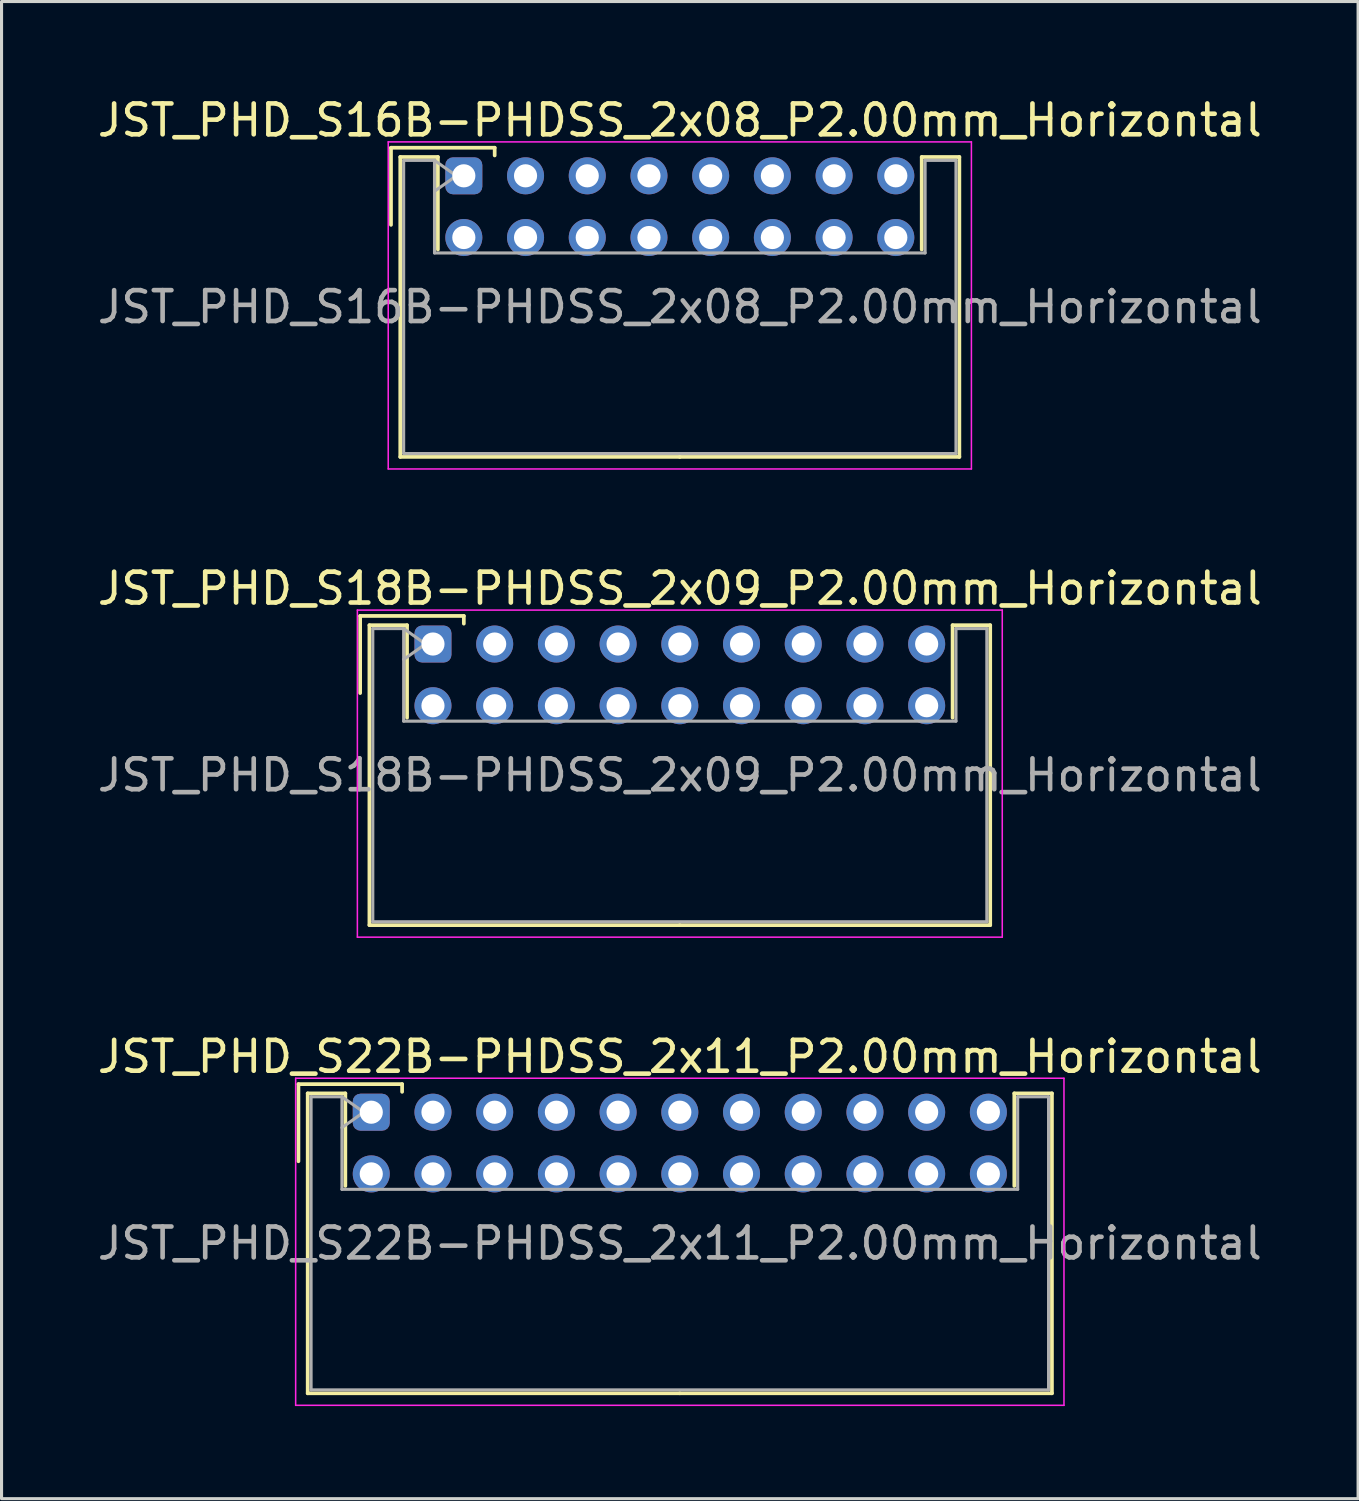
<source format=kicad_pcb>
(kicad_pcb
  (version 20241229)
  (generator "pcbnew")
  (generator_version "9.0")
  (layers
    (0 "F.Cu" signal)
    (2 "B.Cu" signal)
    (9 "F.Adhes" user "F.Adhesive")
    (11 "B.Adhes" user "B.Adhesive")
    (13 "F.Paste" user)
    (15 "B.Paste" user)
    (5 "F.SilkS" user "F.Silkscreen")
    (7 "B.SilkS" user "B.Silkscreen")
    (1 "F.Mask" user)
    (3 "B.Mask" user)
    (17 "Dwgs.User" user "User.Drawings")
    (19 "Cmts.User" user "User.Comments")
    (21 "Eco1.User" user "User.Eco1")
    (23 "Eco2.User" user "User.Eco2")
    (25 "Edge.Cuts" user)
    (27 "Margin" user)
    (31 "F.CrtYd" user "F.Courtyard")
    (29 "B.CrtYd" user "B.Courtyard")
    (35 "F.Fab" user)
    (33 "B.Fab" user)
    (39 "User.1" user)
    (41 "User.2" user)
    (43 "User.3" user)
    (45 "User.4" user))
  (footprint "JST_PHD_S22B-PHDSS_2x11_P2.00mm_Horizontal"
    (layer "F.Cu")
    (at 8.982 32.995)
    (property "Reference" "JST_PHD_S22B-PHDSS_2x11_P2.00mm_Horizontal" (at 10 -1.8 0) (layer "F.SilkS") (effects (font (size 1 1) (thickness 0.15))))
    (attr through_hole)
    (fp_line (start -2.36 -0.91) (end -2.36 1.59) (stroke (width 0.12) (type solid)) (layer "F.SilkS"))
    (fp_line (start -2.06 -0.61) (end -2.06 9.11) (stroke (width 0.12) (type solid)) (layer "F.SilkS"))
    (fp_line (start -2.06 9.11) (end 10 9.11) (stroke (width 0.12) (type solid)) (layer "F.SilkS"))
    (fp_line (start -0.84 -0.61) (end -2.06 -0.61) (stroke (width 0.12) (type solid)) (layer "F.SilkS"))
    (fp_line (start -0.84 2.39) (end -0.84 -0.61) (stroke (width 0.12) (type solid)) (layer "F.SilkS"))
    (fp_line (start 1 -0.91) (end -2.36 -0.91) (stroke (width 0.12) (type solid)) (layer "F.SilkS"))
    (fp_line (start 1 -0.66) (end 1 -0.91) (stroke (width 0.12) (type solid)) (layer "F.SilkS"))
    (fp_line (start 20.84 -0.61) (end 22.06 -0.61) (stroke (width 0.12) (type solid)) (layer "F.SilkS"))
    (fp_line (start 20.84 2.39) (end 20.84 -0.61) (stroke (width 0.12) (type solid)) (layer "F.SilkS"))
    (fp_line (start 22.06 -0.61) (end 22.06 9.11) (stroke (width 0.12) (type solid)) (layer "F.SilkS"))
    (fp_line (start 22.06 9.11) (end 10 9.11) (stroke (width 0.12) (type solid)) (layer "F.SilkS"))
    (fp_line (start -2.45 -1.1) (end -2.45 9.5) (stroke (width 0.05) (type solid)) (layer "F.CrtYd"))
    (fp_line (start -2.45 9.5) (end 22.45 9.5) (stroke (width 0.05) (type solid)) (layer "F.CrtYd"))
    (fp_line (start 22.45 -1.1) (end -2.45 -1.1) (stroke (width 0.05) (type solid)) (layer "F.CrtYd"))
    (fp_line (start 22.45 9.5) (end 22.45 -1.1) (stroke (width 0.05) (type solid)) (layer "F.CrtYd"))
    (fp_line (start -1.95 -0.5) (end -0.95 -0.5) (stroke (width 0.1) (type solid)) (layer "F.Fab"))
    (fp_line (start -1.95 9) (end -1.95 -0.5) (stroke (width 0.1) (type solid)) (layer "F.Fab"))
    (fp_line (start -0.95 -0.5) (end -0.95 2.5) (stroke (width 0.1) (type solid)) (layer "F.Fab"))
    (fp_line (start -0.95 -0.5) (end -0.243 0) (stroke (width 0.1) (type solid)) (layer "F.Fab"))
    (fp_line (start -0.95 2.5) (end 20.95 2.5) (stroke (width 0.1) (type solid)) (layer "F.Fab"))
    (fp_line (start -0.243 0) (end -0.95 0.5) (stroke (width 0.1) (type solid)) (layer "F.Fab"))
    (fp_line (start 20.95 -0.5) (end 21.95 -0.5) (stroke (width 0.1) (type solid)) (layer "F.Fab"))
    (fp_line (start 20.95 2.5) (end 20.95 -0.5) (stroke (width 0.1) (type solid)) (layer "F.Fab"))
    (fp_line (start 21.95 -0.5) (end 21.95 9) (stroke (width 0.1) (type solid)) (layer "F.Fab"))
    (fp_line (start 21.95 9) (end -1.95 9) (stroke (width 0.1) (type solid)) (layer "F.Fab"))
    (fp_text user "${REFERENCE}" (at 10 4.25 0) (layer "F.Fab") (effects (font (size 1 1) (thickness 0.15))))
    (pad "1" thru_hole roundrect (at 0 0) (size 1.2 1.2) (drill 0.75) (layers "*.Cu" "*.Mask") (roundrect_rratio 0.208))
    (pad "2" thru_hole circle (at 0 2) (size 1.2 1.2) (drill 0.75) (layers "*.Cu" "*.Mask"))
    (pad "3" thru_hole circle (at 2 0) (size 1.2 1.2) (drill 0.75) (layers "*.Cu" "*.Mask"))
    (pad "4" thru_hole circle (at 2 2) (size 1.2 1.2) (drill 0.75) (layers "*.Cu" "*.Mask"))
    (pad "5" thru_hole circle (at 4 0) (size 1.2 1.2) (drill 0.75) (layers "*.Cu" "*.Mask"))
    (pad "6" thru_hole circle (at 4 2) (size 1.2 1.2) (drill 0.75) (layers "*.Cu" "*.Mask"))
    (pad "7" thru_hole circle (at 6 0) (size 1.2 1.2) (drill 0.75) (layers "*.Cu" "*.Mask"))
    (pad "8" thru_hole circle (at 6 2) (size 1.2 1.2) (drill 0.75) (layers "*.Cu" "*.Mask"))
    (pad "9" thru_hole circle (at 8 0) (size 1.2 1.2) (drill 0.75) (layers "*.Cu" "*.Mask"))
    (pad "10" thru_hole circle (at 8 2) (size 1.2 1.2) (drill 0.75) (layers "*.Cu" "*.Mask"))
    (pad "11" thru_hole circle (at 10 0) (size 1.2 1.2) (drill 0.75) (layers "*.Cu" "*.Mask"))
    (pad "12" thru_hole circle (at 10 2) (size 1.2 1.2) (drill 0.75) (layers "*.Cu" "*.Mask"))
    (pad "13" thru_hole circle (at 12 0) (size 1.2 1.2) (drill 0.75) (layers "*.Cu" "*.Mask"))
    (pad "14" thru_hole circle (at 12 2) (size 1.2 1.2) (drill 0.75) (layers "*.Cu" "*.Mask"))
    (pad "15" thru_hole circle (at 14 0) (size 1.2 1.2) (drill 0.75) (layers "*.Cu" "*.Mask"))
    (pad "16" thru_hole circle (at 14 2) (size 1.2 1.2) (drill 0.75) (layers "*.Cu" "*.Mask"))
    (pad "17" thru_hole circle (at 16 0) (size 1.2 1.2) (drill 0.75) (layers "*.Cu" "*.Mask"))
    (pad "18" thru_hole circle (at 16 2) (size 1.2 1.2) (drill 0.75) (layers "*.Cu" "*.Mask"))
    (pad "19" thru_hole circle (at 18 0) (size 1.2 1.2) (drill 0.75) (layers "*.Cu" "*.Mask"))
    (pad "20" thru_hole circle (at 18 2) (size 1.2 1.2) (drill 0.75) (layers "*.Cu" "*.Mask"))
    (pad "21" thru_hole circle (at 20 0) (size 1.2 1.2) (drill 0.75) (layers "*.Cu" "*.Mask"))
    (pad "22" thru_hole circle (at 20 2) (size 1.2 1.2) (drill 0.75) (layers "*.Cu" "*.Mask")))
  (footprint "JST_PHD_S18B-PHDSS_2x09_P2.00mm_Horizontal"
    (layer "F.Cu")
    (at 10.982 17.822)
    (property "Reference" "JST_PHD_S18B-PHDSS_2x09_P2.00mm_Horizontal" (at 8 -1.8 0) (layer "F.SilkS") (effects (font (size 1 1) (thickness 0.15))))
    (attr through_hole)
    (fp_line (start -2.36 -0.91) (end -2.36 1.59) (stroke (width 0.12) (type solid)) (layer "F.SilkS"))
    (fp_line (start -2.06 -0.61) (end -2.06 9.11) (stroke (width 0.12) (type solid)) (layer "F.SilkS"))
    (fp_line (start -2.06 9.11) (end 8 9.11) (stroke (width 0.12) (type solid)) (layer "F.SilkS"))
    (fp_line (start -0.84 -0.61) (end -2.06 -0.61) (stroke (width 0.12) (type solid)) (layer "F.SilkS"))
    (fp_line (start -0.84 2.39) (end -0.84 -0.61) (stroke (width 0.12) (type solid)) (layer "F.SilkS"))
    (fp_line (start 1 -0.91) (end -2.36 -0.91) (stroke (width 0.12) (type solid)) (layer "F.SilkS"))
    (fp_line (start 1 -0.66) (end 1 -0.91) (stroke (width 0.12) (type solid)) (layer "F.SilkS"))
    (fp_line (start 16.84 -0.61) (end 18.06 -0.61) (stroke (width 0.12) (type solid)) (layer "F.SilkS"))
    (fp_line (start 16.84 2.39) (end 16.84 -0.61) (stroke (width 0.12) (type solid)) (layer "F.SilkS"))
    (fp_line (start 18.06 -0.61) (end 18.06 9.11) (stroke (width 0.12) (type solid)) (layer "F.SilkS"))
    (fp_line (start 18.06 9.11) (end 8 9.11) (stroke (width 0.12) (type solid)) (layer "F.SilkS"))
    (fp_line (start -2.45 -1.1) (end -2.45 9.5) (stroke (width 0.05) (type solid)) (layer "F.CrtYd"))
    (fp_line (start -2.45 9.5) (end 18.45 9.5) (stroke (width 0.05) (type solid)) (layer "F.CrtYd"))
    (fp_line (start 18.45 -1.1) (end -2.45 -1.1) (stroke (width 0.05) (type solid)) (layer "F.CrtYd"))
    (fp_line (start 18.45 9.5) (end 18.45 -1.1) (stroke (width 0.05) (type solid)) (layer "F.CrtYd"))
    (fp_line (start -1.95 -0.5) (end -0.95 -0.5) (stroke (width 0.1) (type solid)) (layer "F.Fab"))
    (fp_line (start -1.95 9) (end -1.95 -0.5) (stroke (width 0.1) (type solid)) (layer "F.Fab"))
    (fp_line (start -0.95 -0.5) (end -0.95 2.5) (stroke (width 0.1) (type solid)) (layer "F.Fab"))
    (fp_line (start -0.95 -0.5) (end -0.243 0) (stroke (width 0.1) (type solid)) (layer "F.Fab"))
    (fp_line (start -0.95 2.5) (end 16.95 2.5) (stroke (width 0.1) (type solid)) (layer "F.Fab"))
    (fp_line (start -0.243 0) (end -0.95 0.5) (stroke (width 0.1) (type solid)) (layer "F.Fab"))
    (fp_line (start 16.95 -0.5) (end 17.95 -0.5) (stroke (width 0.1) (type solid)) (layer "F.Fab"))
    (fp_line (start 16.95 2.5) (end 16.95 -0.5) (stroke (width 0.1) (type solid)) (layer "F.Fab"))
    (fp_line (start 17.95 -0.5) (end 17.95 9) (stroke (width 0.1) (type solid)) (layer "F.Fab"))
    (fp_line (start 17.95 9) (end -1.95 9) (stroke (width 0.1) (type solid)) (layer "F.Fab"))
    (fp_text user "${REFERENCE}" (at 8 4.25 0) (layer "F.Fab") (effects (font (size 1 1) (thickness 0.15))))
    (pad "1" thru_hole roundrect (at 0 0) (size 1.2 1.2) (drill 0.75) (layers "*.Cu" "*.Mask") (roundrect_rratio 0.208))
    (pad "2" thru_hole circle (at 0 2) (size 1.2 1.2) (drill 0.75) (layers "*.Cu" "*.Mask"))
    (pad "3" thru_hole circle (at 2 0) (size 1.2 1.2) (drill 0.75) (layers "*.Cu" "*.Mask"))
    (pad "4" thru_hole circle (at 2 2) (size 1.2 1.2) (drill 0.75) (layers "*.Cu" "*.Mask"))
    (pad "5" thru_hole circle (at 4 0) (size 1.2 1.2) (drill 0.75) (layers "*.Cu" "*.Mask"))
    (pad "6" thru_hole circle (at 4 2) (size 1.2 1.2) (drill 0.75) (layers "*.Cu" "*.Mask"))
    (pad "7" thru_hole circle (at 6 0) (size 1.2 1.2) (drill 0.75) (layers "*.Cu" "*.Mask"))
    (pad "8" thru_hole circle (at 6 2) (size 1.2 1.2) (drill 0.75) (layers "*.Cu" "*.Mask"))
    (pad "9" thru_hole circle (at 8 0) (size 1.2 1.2) (drill 0.75) (layers "*.Cu" "*.Mask"))
    (pad "10" thru_hole circle (at 8 2) (size 1.2 1.2) (drill 0.75) (layers "*.Cu" "*.Mask"))
    (pad "11" thru_hole circle (at 10 0) (size 1.2 1.2) (drill 0.75) (layers "*.Cu" "*.Mask"))
    (pad "12" thru_hole circle (at 10 2) (size 1.2 1.2) (drill 0.75) (layers "*.Cu" "*.Mask"))
    (pad "13" thru_hole circle (at 12 0) (size 1.2 1.2) (drill 0.75) (layers "*.Cu" "*.Mask"))
    (pad "14" thru_hole circle (at 12 2) (size 1.2 1.2) (drill 0.75) (layers "*.Cu" "*.Mask"))
    (pad "15" thru_hole circle (at 14 0) (size 1.2 1.2) (drill 0.75) (layers "*.Cu" "*.Mask"))
    (pad "16" thru_hole circle (at 14 2) (size 1.2 1.2) (drill 0.75) (layers "*.Cu" "*.Mask"))
    (pad "17" thru_hole circle (at 16 0) (size 1.2 1.2) (drill 0.75) (layers "*.Cu" "*.Mask"))
    (pad "18" thru_hole circle (at 16 2) (size 1.2 1.2) (drill 0.75) (layers "*.Cu" "*.Mask")))
  (footprint "JST_PHD_S16B-PHDSS_2x08_P2.00mm_Horizontal"
    (layer "F.Cu")
    (at 11.982 2.648)
    (property "Reference" "JST_PHD_S16B-PHDSS_2x08_P2.00mm_Horizontal" (at 7 -1.8 0) (layer "F.SilkS") (effects (font (size 1 1) (thickness 0.15))))
    (attr through_hole)
    (fp_line (start -2.36 -0.91) (end -2.36 1.59) (stroke (width 0.12) (type solid)) (layer "F.SilkS"))
    (fp_line (start -2.06 -0.61) (end -2.06 9.11) (stroke (width 0.12) (type solid)) (layer "F.SilkS"))
    (fp_line (start -2.06 9.11) (end 7 9.11) (stroke (width 0.12) (type solid)) (layer "F.SilkS"))
    (fp_line (start -0.84 -0.61) (end -2.06 -0.61) (stroke (width 0.12) (type solid)) (layer "F.SilkS"))
    (fp_line (start -0.84 2.39) (end -0.84 -0.61) (stroke (width 0.12) (type solid)) (layer "F.SilkS"))
    (fp_line (start 1 -0.91) (end -2.36 -0.91) (stroke (width 0.12) (type solid)) (layer "F.SilkS"))
    (fp_line (start 1 -0.66) (end 1 -0.91) (stroke (width 0.12) (type solid)) (layer "F.SilkS"))
    (fp_line (start 14.84 -0.61) (end 16.06 -0.61) (stroke (width 0.12) (type solid)) (layer "F.SilkS"))
    (fp_line (start 14.84 2.39) (end 14.84 -0.61) (stroke (width 0.12) (type solid)) (layer "F.SilkS"))
    (fp_line (start 16.06 -0.61) (end 16.06 9.11) (stroke (width 0.12) (type solid)) (layer "F.SilkS"))
    (fp_line (start 16.06 9.11) (end 7 9.11) (stroke (width 0.12) (type solid)) (layer "F.SilkS"))
    (fp_line (start -2.45 -1.1) (end -2.45 9.5) (stroke (width 0.05) (type solid)) (layer "F.CrtYd"))
    (fp_line (start -2.45 9.5) (end 16.45 9.5) (stroke (width 0.05) (type solid)) (layer "F.CrtYd"))
    (fp_line (start 16.45 -1.1) (end -2.45 -1.1) (stroke (width 0.05) (type solid)) (layer "F.CrtYd"))
    (fp_line (start 16.45 9.5) (end 16.45 -1.1) (stroke (width 0.05) (type solid)) (layer "F.CrtYd"))
    (fp_line (start -1.95 -0.5) (end -0.95 -0.5) (stroke (width 0.1) (type solid)) (layer "F.Fab"))
    (fp_line (start -1.95 9) (end -1.95 -0.5) (stroke (width 0.1) (type solid)) (layer "F.Fab"))
    (fp_line (start -0.95 -0.5) (end -0.95 2.5) (stroke (width 0.1) (type solid)) (layer "F.Fab"))
    (fp_line (start -0.95 -0.5) (end -0.243 0) (stroke (width 0.1) (type solid)) (layer "F.Fab"))
    (fp_line (start -0.95 2.5) (end 14.95 2.5) (stroke (width 0.1) (type solid)) (layer "F.Fab"))
    (fp_line (start -0.243 0) (end -0.95 0.5) (stroke (width 0.1) (type solid)) (layer "F.Fab"))
    (fp_line (start 14.95 -0.5) (end 15.95 -0.5) (stroke (width 0.1) (type solid)) (layer "F.Fab"))
    (fp_line (start 14.95 2.5) (end 14.95 -0.5) (stroke (width 0.1) (type solid)) (layer "F.Fab"))
    (fp_line (start 15.95 -0.5) (end 15.95 9) (stroke (width 0.1) (type solid)) (layer "F.Fab"))
    (fp_line (start 15.95 9) (end -1.95 9) (stroke (width 0.1) (type solid)) (layer "F.Fab"))
    (fp_text user "${REFERENCE}" (at 7 4.25 0) (layer "F.Fab") (effects (font (size 1 1) (thickness 0.15))))
    (pad "1" thru_hole roundrect (at 0 0) (size 1.2 1.2) (drill 0.75) (layers "*.Cu" "*.Mask") (roundrect_rratio 0.208))
    (pad "2" thru_hole circle (at 0 2) (size 1.2 1.2) (drill 0.75) (layers "*.Cu" "*.Mask"))
    (pad "3" thru_hole circle (at 2 0) (size 1.2 1.2) (drill 0.75) (layers "*.Cu" "*.Mask"))
    (pad "4" thru_hole circle (at 2 2) (size 1.2 1.2) (drill 0.75) (layers "*.Cu" "*.Mask"))
    (pad "5" thru_hole circle (at 4 0) (size 1.2 1.2) (drill 0.75) (layers "*.Cu" "*.Mask"))
    (pad "6" thru_hole circle (at 4 2) (size 1.2 1.2) (drill 0.75) (layers "*.Cu" "*.Mask"))
    (pad "7" thru_hole circle (at 6 0) (size 1.2 1.2) (drill 0.75) (layers "*.Cu" "*.Mask"))
    (pad "8" thru_hole circle (at 6 2) (size 1.2 1.2) (drill 0.75) (layers "*.Cu" "*.Mask"))
    (pad "9" thru_hole circle (at 8 0) (size 1.2 1.2) (drill 0.75) (layers "*.Cu" "*.Mask"))
    (pad "10" thru_hole circle (at 8 2) (size 1.2 1.2) (drill 0.75) (layers "*.Cu" "*.Mask"))
    (pad "11" thru_hole circle (at 10 0) (size 1.2 1.2) (drill 0.75) (layers "*.Cu" "*.Mask"))
    (pad "12" thru_hole circle (at 10 2) (size 1.2 1.2) (drill 0.75) (layers "*.Cu" "*.Mask"))
    (pad "13" thru_hole circle (at 12 0) (size 1.2 1.2) (drill 0.75) (layers "*.Cu" "*.Mask"))
    (pad "14" thru_hole circle (at 12 2) (size 1.2 1.2) (drill 0.75) (layers "*.Cu" "*.Mask"))
    (pad "15" thru_hole circle (at 14 0) (size 1.2 1.2) (drill 0.75) (layers "*.Cu" "*.Mask"))
    (pad "16" thru_hole circle (at 14 2) (size 1.2 1.2) (drill 0.75) (layers "*.Cu" "*.Mask")))
  (gr_rect
    (start -3 -3)
    (end 40.964 45.52)
    (stroke (width 0.1) (type default))
    (fill no)
    (layer "Edge.Cuts")))
</source>
